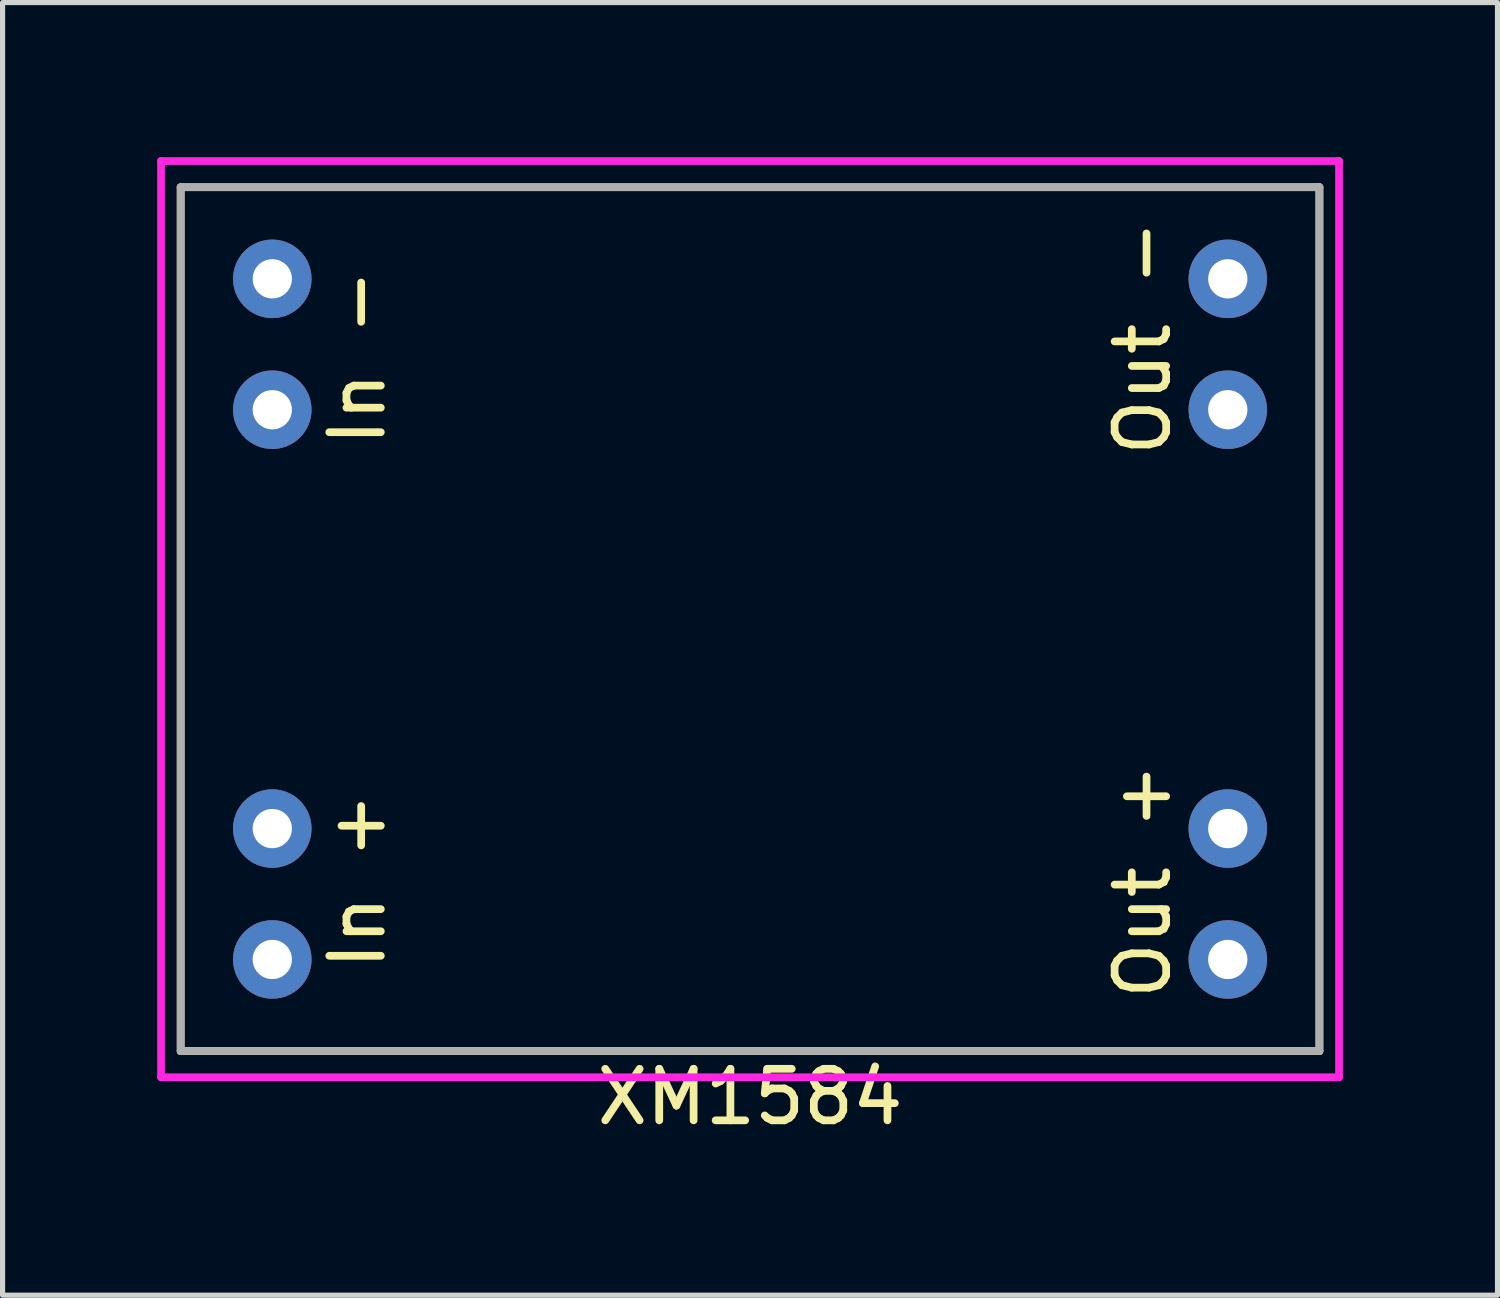
<source format=kicad_pcb>
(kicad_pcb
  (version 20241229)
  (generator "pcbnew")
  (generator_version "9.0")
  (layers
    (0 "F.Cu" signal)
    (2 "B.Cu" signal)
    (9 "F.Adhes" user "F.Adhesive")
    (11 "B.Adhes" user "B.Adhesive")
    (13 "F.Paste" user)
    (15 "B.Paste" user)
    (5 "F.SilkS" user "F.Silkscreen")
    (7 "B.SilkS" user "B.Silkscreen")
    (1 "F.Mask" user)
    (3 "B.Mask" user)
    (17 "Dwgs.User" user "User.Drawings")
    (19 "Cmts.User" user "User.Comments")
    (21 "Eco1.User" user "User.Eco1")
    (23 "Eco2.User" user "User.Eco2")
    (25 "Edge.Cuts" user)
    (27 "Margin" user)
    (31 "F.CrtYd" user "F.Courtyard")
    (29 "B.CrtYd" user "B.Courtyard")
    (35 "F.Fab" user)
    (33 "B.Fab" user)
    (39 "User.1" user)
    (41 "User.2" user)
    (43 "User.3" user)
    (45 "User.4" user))
  (footprint "XM1584"
    (layer "F.Cu")
    (at 11.505 8.965)
    (property "Reference" "XM1584" (at 0 9.271 0) (layer "F.SilkS") (effects (font (size 1 1) (thickness 0.15))))
    (attr through_hole)
    (fp_line (start -11.049 -8.382) (end 11.049 -8.382) (stroke (width 0.15) (type solid)) (layer "F.SilkS"))
    (fp_line (start -11.049 8.382) (end -11.049 -8.382) (stroke (width 0.15) (type solid)) (layer "F.SilkS"))
    (fp_line (start 11.049 -8.382) (end 11.049 8.382) (stroke (width 0.15) (type solid)) (layer "F.SilkS"))
    (fp_line (start 11.049 8.382) (end -11.049 8.382) (stroke (width 0.15) (type solid)) (layer "F.SilkS"))
    (fp_line (start -11.43 -8.89) (end 11.43 -8.89) (stroke (width 0.15) (type solid)) (layer "F.CrtYd"))
    (fp_line (start -11.43 8.89) (end -11.43 -8.89) (stroke (width 0.15) (type solid)) (layer "F.CrtYd"))
    (fp_line (start 11.43 -8.89) (end 11.43 8.89) (stroke (width 0.15) (type solid)) (layer "F.CrtYd"))
    (fp_line (start 11.43 8.89) (end -11.43 8.89) (stroke (width 0.15) (type solid)) (layer "F.CrtYd"))
    (fp_line (start -11.049 -8.382) (end 11.049 -8.382) (stroke (width 0.15) (type solid)) (layer "F.Fab"))
    (fp_line (start -11.049 8.382) (end -11.049 -8.382) (stroke (width 0.15) (type solid)) (layer "F.Fab"))
    (fp_line (start 11.049 -8.382) (end 11.049 8.382) (stroke (width 0.15) (type solid)) (layer "F.Fab"))
    (fp_line (start 11.049 8.382) (end -11.049 8.382) (stroke (width 0.15) (type solid)) (layer "F.Fab"))
    (fp_text user "In +" (at -7.62 5.08 90) (layer "F.SilkS") (effects (font (size 1 1) (thickness 0.15))))
    (fp_text user "In -" (at -7.62 -5.08 90) (layer "F.SilkS") (effects (font (size 1 1) (thickness 0.15))))
    (fp_text user "Out -" (at 7.62 -5.461 90) (layer "F.SilkS") (effects (font (size 1 1) (thickness 0.15))))
    (fp_text user "Out +" (at 7.62 5.08 90) (layer "F.SilkS") (effects (font (size 1 1) (thickness 0.15))))
    (pad "1" thru_hole circle (at -9.271 -6.604) (size 1.524 1.524) (drill 0.762) (layers "*.Cu" "*.Mask"))
    (pad "2" thru_hole circle (at -9.271 -4.064) (size 1.524 1.524) (drill 0.762) (layers "*.Cu" "*.Mask"))
    (pad "3" thru_hole circle (at -9.271 4.064) (size 1.524 1.524) (drill 0.762) (layers "*.Cu" "*.Mask"))
    (pad "4" thru_hole circle (at -9.271 6.604) (size 1.524 1.524) (drill 0.762) (layers "*.Cu" "*.Mask"))
    (pad "5" thru_hole circle (at 9.271 -6.604) (size 1.524 1.524) (drill 0.762) (layers "*.Cu" "*.Mask"))
    (pad "6" thru_hole circle (at 9.271 -4.064) (size 1.524 1.524) (drill 0.762) (layers "*.Cu" "*.Mask"))
    (pad "7" thru_hole circle (at 9.271 4.064) (size 1.524 1.524) (drill 0.762) (layers "*.Cu" "*.Mask"))
    (pad "8" thru_hole circle (at 9.271 6.604) (size 1.524 1.524) (drill 0.762) (layers "*.Cu" "*.Mask")))
  (gr_rect
    (start -3 -3)
    (end 26.01 22.084)
    (stroke (width 0.1) (type default))
    (fill no)
    (layer "Edge.Cuts")))
</source>
